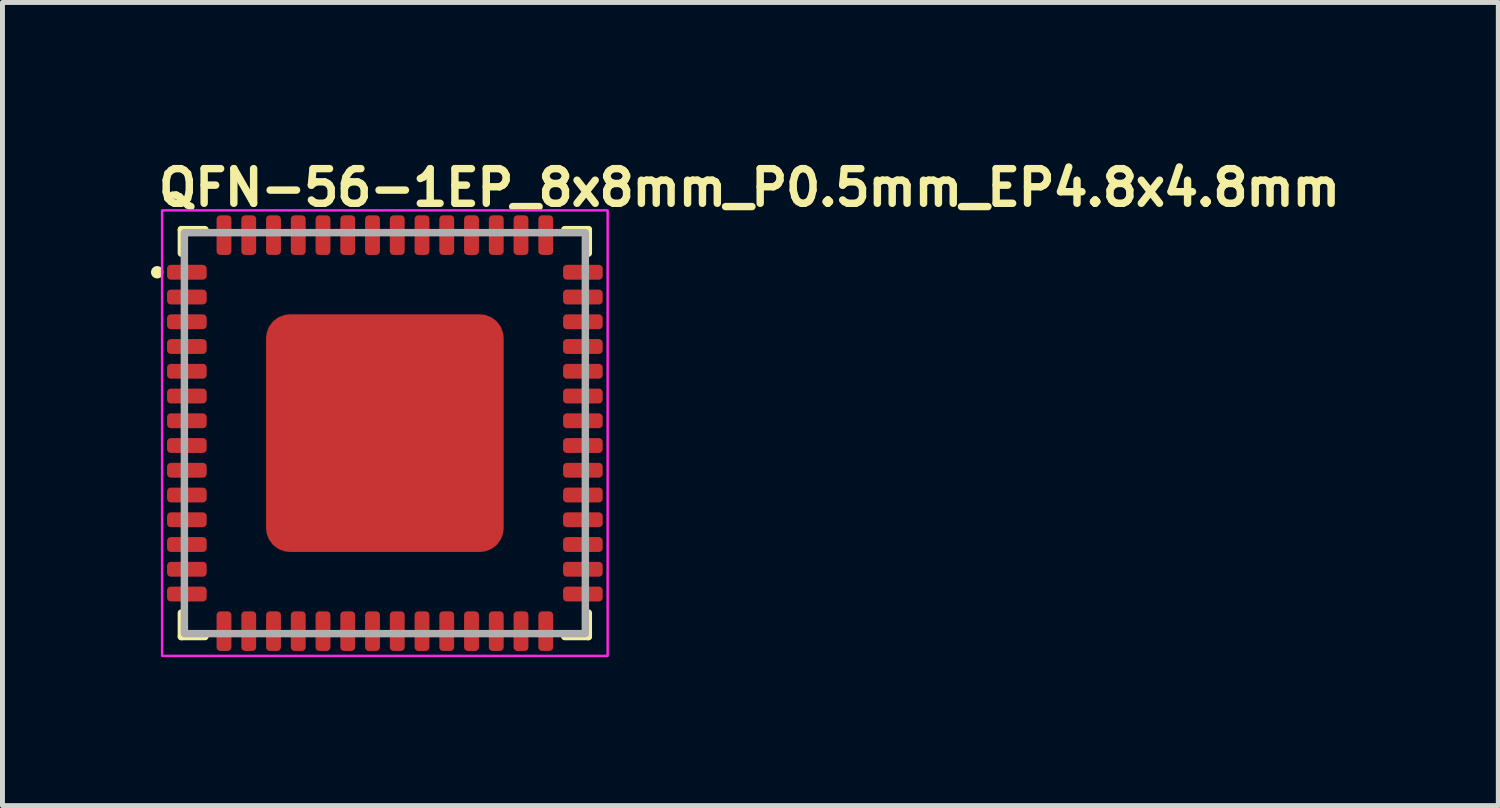
<source format=kicad_pcb>
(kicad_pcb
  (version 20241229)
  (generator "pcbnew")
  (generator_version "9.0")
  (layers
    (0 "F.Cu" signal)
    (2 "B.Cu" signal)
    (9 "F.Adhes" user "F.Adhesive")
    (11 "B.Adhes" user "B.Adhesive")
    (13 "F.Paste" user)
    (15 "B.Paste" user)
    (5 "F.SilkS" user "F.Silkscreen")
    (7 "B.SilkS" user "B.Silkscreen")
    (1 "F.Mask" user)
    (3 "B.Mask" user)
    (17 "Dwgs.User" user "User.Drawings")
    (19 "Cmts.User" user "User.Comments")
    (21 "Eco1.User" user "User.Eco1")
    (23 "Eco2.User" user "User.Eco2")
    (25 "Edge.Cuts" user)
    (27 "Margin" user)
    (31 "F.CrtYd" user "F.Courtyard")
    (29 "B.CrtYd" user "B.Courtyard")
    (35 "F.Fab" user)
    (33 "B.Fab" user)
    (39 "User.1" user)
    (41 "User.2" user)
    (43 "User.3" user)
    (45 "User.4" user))
  (footprint "QFN-56-1EP_8x8mm_P0.5mm_EP4.8x4.8mm"
    (layer "F.Cu")
    (at 4.725 5.7)
    (property "Reference" "QFN-56-1EP_8x8mm_P0.5mm_EP4.8x4.8mm" (at -4.65 -4.55 0) (layer "F.SilkS") (effects (font (size 0.7 0.7) (thickness 0.15)) (justify left bottom)))
    (attr smd)
    (fp_line (start -4.111 -3.635) (end -4.111 -4.111) (stroke (width 0.15) (type solid)) (layer "F.SilkS"))
    (fp_line (start -4.111 4.11) (end -4.111 3.634) (stroke (width 0.15) (type solid)) (layer "F.SilkS"))
    (fp_line (start -3.635 -4.111) (end -4.111 -4.111) (stroke (width 0.15) (type solid)) (layer "F.SilkS"))
    (fp_line (start -3.635 4.11) (end -4.111 4.11) (stroke (width 0.15) (type solid)) (layer "F.SilkS"))
    (fp_line (start 3.634 -4.111) (end 4.11 -4.111) (stroke (width 0.15) (type solid)) (layer "F.SilkS"))
    (fp_line (start 3.634 4.11) (end 4.11 4.11) (stroke (width 0.15) (type solid)) (layer "F.SilkS"))
    (fp_line (start 4.11 -4.111) (end 4.11 -3.635) (stroke (width 0.15) (type solid)) (layer "F.SilkS"))
    (fp_line (start 4.11 4.11) (end 4.11 3.634) (stroke (width 0.15) (type solid)) (layer "F.SilkS"))
    (fp_circle (center -4.6 -3.25) (end -4.55 -3.25) (stroke (width 0.15) (type solid)) (fill yes) (layer "F.SilkS"))
    (fp_rect (start 4.5 4.5) (end -4.5 -4.5) (stroke (width 0.05) (type solid)) (fill no) (layer "F.CrtYd"))
    (fp_rect (start -4.05 -4.05) (end 4.05 4.05) (stroke (width 0.15) (type solid)) (fill no) (layer "F.Fab"))
    (fp_rect (start -4.05 -4.05) (end 4.05 4.05) (stroke (width 0.1) (type solid)) (fill no) (layer "User.5"))
    (fp_line (start -4.05 -3.375) (end -4 -3.375) (stroke (width 0.01) (type solid)) (layer "User.9"))
    (fp_line (start -4.05 -3.125) (end -4.05 -3.375) (stroke (width 0.01) (type solid)) (layer "User.9"))
    (fp_line (start -4.05 -3.125) (end -4 -3.125) (stroke (width 0.01) (type solid)) (layer "User.9"))
    (fp_line (start -4.05 -2.875) (end -4 -2.875) (stroke (width 0.01) (type solid)) (layer "User.9"))
    (fp_line (start -4.05 -2.625) (end -4.05 -2.875) (stroke (width 0.01) (type solid)) (layer "User.9"))
    (fp_line (start -4.05 -2.625) (end -4 -2.625) (stroke (width 0.01) (type solid)) (layer "User.9"))
    (fp_line (start -4.05 -2.375) (end -4 -2.375) (stroke (width 0.01) (type solid)) (layer "User.9"))
    (fp_line (start -4.05 -2.125) (end -4.05 -2.375) (stroke (width 0.01) (type solid)) (layer "User.9"))
    (fp_line (start -4.05 -2.125) (end -4 -2.125) (stroke (width 0.01) (type solid)) (layer "User.9"))
    (fp_line (start -4.05 -1.875) (end -4 -1.875) (stroke (width 0.01) (type solid)) (layer "User.9"))
    (fp_line (start -4.05 -1.625) (end -4.05 -1.875) (stroke (width 0.01) (type solid)) (layer "User.9"))
    (fp_line (start -4.05 -1.625) (end -4 -1.625) (stroke (width 0.01) (type solid)) (layer "User.9"))
    (fp_line (start -4.05 -1.375) (end -4 -1.375) (stroke (width 0.01) (type solid)) (layer "User.9"))
    (fp_line (start -4.05 -1.125) (end -4.05 -1.375) (stroke (width 0.01) (type solid)) (layer "User.9"))
    (fp_line (start -4.05 -1.125) (end -4 -1.125) (stroke (width 0.01) (type solid)) (layer "User.9"))
    (fp_line (start -4.05 -0.875) (end -4 -0.875) (stroke (width 0.01) (type solid)) (layer "User.9"))
    (fp_line (start -4.05 -0.625) (end -4.05 -0.875) (stroke (width 0.01) (type solid)) (layer "User.9"))
    (fp_line (start -4.05 -0.625) (end -4 -0.625) (stroke (width 0.01) (type solid)) (layer "User.9"))
    (fp_line (start -4.05 -0.375) (end -4 -0.375) (stroke (width 0.01) (type solid)) (layer "User.9"))
    (fp_line (start -4.05 -0.125) (end -4.05 -0.375) (stroke (width 0.01) (type solid)) (layer "User.9"))
    (fp_line (start -4.05 -0.125) (end -4 -0.125) (stroke (width 0.01) (type solid)) (layer "User.9"))
    (fp_line (start -4.05 0.125) (end -4 0.125) (stroke (width 0.01) (type solid)) (layer "User.9"))
    (fp_line (start -4.05 0.375) (end -4.05 0.125) (stroke (width 0.01) (type solid)) (layer "User.9"))
    (fp_line (start -4.05 0.375) (end -4 0.375) (stroke (width 0.01) (type solid)) (layer "User.9"))
    (fp_line (start -4.05 0.625) (end -4 0.625) (stroke (width 0.01) (type solid)) (layer "User.9"))
    (fp_line (start -4.05 0.875) (end -4.05 0.625) (stroke (width 0.01) (type solid)) (layer "User.9"))
    (fp_line (start -4.05 0.875) (end -4 0.875) (stroke (width 0.01) (type solid)) (layer "User.9"))
    (fp_line (start -4.05 1.125) (end -4 1.125) (stroke (width 0.01) (type solid)) (layer "User.9"))
    (fp_line (start -4.05 1.375) (end -4.05 1.125) (stroke (width 0.01) (type solid)) (layer "User.9"))
    (fp_line (start -4.05 1.375) (end -4 1.375) (stroke (width 0.01) (type solid)) (layer "User.9"))
    (fp_line (start -4.05 1.625) (end -4 1.625) (stroke (width 0.01) (type solid)) (layer "User.9"))
    (fp_line (start -4.05 1.875) (end -4.05 1.625) (stroke (width 0.01) (type solid)) (layer "User.9"))
    (fp_line (start -4.05 1.875) (end -4 1.875) (stroke (width 0.01) (type solid)) (layer "User.9"))
    (fp_line (start -4.05 2.125) (end -4 2.125) (stroke (width 0.01) (type solid)) (layer "User.9"))
    (fp_line (start -4.05 2.375) (end -4.05 2.125) (stroke (width 0.01) (type solid)) (layer "User.9"))
    (fp_line (start -4.05 2.375) (end -4 2.375) (stroke (width 0.01) (type solid)) (layer "User.9"))
    (fp_line (start -4.05 2.625) (end -4 2.625) (stroke (width 0.01) (type solid)) (layer "User.9"))
    (fp_line (start -4.05 2.875) (end -4.05 2.625) (stroke (width 0.01) (type solid)) (layer "User.9"))
    (fp_line (start -4.05 2.875) (end -4 2.875) (stroke (width 0.01) (type solid)) (layer "User.9"))
    (fp_line (start -4.05 3.125) (end -4 3.125) (stroke (width 0.01) (type solid)) (layer "User.9"))
    (fp_line (start -4.05 3.375) (end -4.05 3.125) (stroke (width 0.01) (type solid)) (layer "User.9"))
    (fp_line (start -4.05 3.375) (end -4 3.375) (stroke (width 0.01) (type solid)) (layer "User.9"))
    (fp_line (start -4 -4) (end 4 -4) (stroke (width 0.01) (type solid)) (layer "User.9"))
    (fp_line (start -4 4) (end -4 -4) (stroke (width 0.01) (type solid)) (layer "User.9"))
    (fp_line (start -4 4) (end 4 4) (stroke (width 0.01) (type solid)) (layer "User.9"))
    (fp_line (start -3.375 -4.05) (end -3.375 -4) (stroke (width 0.01) (type solid)) (layer "User.9"))
    (fp_line (start -3.375 -4.05) (end -3.125 -4.05) (stroke (width 0.01) (type solid)) (layer "User.9"))
    (fp_line (start -3.375 4.05) (end -3.375 4) (stroke (width 0.01) (type solid)) (layer "User.9"))
    (fp_line (start -3.375 4.05) (end -3.125 4.05) (stroke (width 0.01) (type solid)) (layer "User.9"))
    (fp_line (start -3.125 -4.05) (end -3.125 -4) (stroke (width 0.01) (type solid)) (layer "User.9"))
    (fp_line (start -3.125 4.05) (end -3.125 4) (stroke (width 0.01) (type solid)) (layer "User.9"))
    (fp_line (start -2.875 -4.05) (end -2.875 -4) (stroke (width 0.01) (type solid)) (layer "User.9"))
    (fp_line (start -2.875 -4.05) (end -2.625 -4.05) (stroke (width 0.01) (type solid)) (layer "User.9"))
    (fp_line (start -2.875 4.05) (end -2.875 4) (stroke (width 0.01) (type solid)) (layer "User.9"))
    (fp_line (start -2.875 4.05) (end -2.625 4.05) (stroke (width 0.01) (type solid)) (layer "User.9"))
    (fp_line (start -2.625 -4.05) (end -2.625 -4) (stroke (width 0.01) (type solid)) (layer "User.9"))
    (fp_line (start -2.625 4.05) (end -2.625 4) (stroke (width 0.01) (type solid)) (layer "User.9"))
    (fp_line (start -2.375 -4.05) (end -2.375 -4) (stroke (width 0.01) (type solid)) (layer "User.9"))
    (fp_line (start -2.375 -4.05) (end -2.125 -4.05) (stroke (width 0.01) (type solid)) (layer "User.9"))
    (fp_line (start -2.375 4.05) (end -2.375 4) (stroke (width 0.01) (type solid)) (layer "User.9"))
    (fp_line (start -2.375 4.05) (end -2.125 4.05) (stroke (width 0.01) (type solid)) (layer "User.9"))
    (fp_line (start -2.125 -4.05) (end -2.125 -4) (stroke (width 0.01) (type solid)) (layer "User.9"))
    (fp_line (start -2.125 4.05) (end -2.125 4) (stroke (width 0.01) (type solid)) (layer "User.9"))
    (fp_line (start -1.875 -4.05) (end -1.875 -4) (stroke (width 0.01) (type solid)) (layer "User.9"))
    (fp_line (start -1.875 -4.05) (end -1.625 -4.05) (stroke (width 0.01) (type solid)) (layer "User.9"))
    (fp_line (start -1.875 4.05) (end -1.875 4) (stroke (width 0.01) (type solid)) (layer "User.9"))
    (fp_line (start -1.875 4.05) (end -1.625 4.05) (stroke (width 0.01) (type solid)) (layer "User.9"))
    (fp_line (start -1.625 -4.05) (end -1.625 -4) (stroke (width 0.01) (type solid)) (layer "User.9"))
    (fp_line (start -1.625 4.05) (end -1.625 4) (stroke (width 0.01) (type solid)) (layer "User.9"))
    (fp_line (start -1.375 -4.05) (end -1.375 -4) (stroke (width 0.01) (type solid)) (layer "User.9"))
    (fp_line (start -1.375 -4.05) (end -1.125 -4.05) (stroke (width 0.01) (type solid)) (layer "User.9"))
    (fp_line (start -1.375 4.05) (end -1.375 4) (stroke (width 0.01) (type solid)) (layer "User.9"))
    (fp_line (start -1.375 4.05) (end -1.125 4.05) (stroke (width 0.01) (type solid)) (layer "User.9"))
    (fp_line (start -1.125 -4.05) (end -1.125 -4) (stroke (width 0.01) (type solid)) (layer "User.9"))
    (fp_line (start -1.125 4.05) (end -1.125 4) (stroke (width 0.01) (type solid)) (layer "User.9"))
    (fp_line (start -0.875 -4.05) (end -0.875 -4) (stroke (width 0.01) (type solid)) (layer "User.9"))
    (fp_line (start -0.875 -4.05) (end -0.625 -4.05) (stroke (width 0.01) (type solid)) (layer "User.9"))
    (fp_line (start -0.875 4.05) (end -0.875 4) (stroke (width 0.01) (type solid)) (layer "User.9"))
    (fp_line (start -0.875 4.05) (end -0.625 4.05) (stroke (width 0.01) (type solid)) (layer "User.9"))
    (fp_line (start -0.625 -4.05) (end -0.625 -4) (stroke (width 0.01) (type solid)) (layer "User.9"))
    (fp_line (start -0.625 4.05) (end -0.625 4) (stroke (width 0.01) (type solid)) (layer "User.9"))
    (fp_line (start -0.375 -4.05) (end -0.375 -4) (stroke (width 0.01) (type solid)) (layer "User.9"))
    (fp_line (start -0.375 -4.05) (end -0.125 -4.05) (stroke (width 0.01) (type solid)) (layer "User.9"))
    (fp_line (start -0.375 4.05) (end -0.375 4) (stroke (width 0.01) (type solid)) (layer "User.9"))
    (fp_line (start -0.375 4.05) (end -0.125 4.05) (stroke (width 0.01) (type solid)) (layer "User.9"))
    (fp_line (start -0.125 -4.05) (end -0.125 -4) (stroke (width 0.01) (type solid)) (layer "User.9"))
    (fp_line (start -0.125 4.05) (end -0.125 4) (stroke (width 0.01) (type solid)) (layer "User.9"))
    (fp_line (start 0.125 -4.05) (end 0.125 -4) (stroke (width 0.01) (type solid)) (layer "User.9"))
    (fp_line (start 0.125 -4.05) (end 0.375 -4.05) (stroke (width 0.01) (type solid)) (layer "User.9"))
    (fp_line (start 0.125 4.05) (end 0.125 4) (stroke (width 0.01) (type solid)) (layer "User.9"))
    (fp_line (start 0.125 4.05) (end 0.375 4.05) (stroke (width 0.01) (type solid)) (layer "User.9"))
    (fp_line (start 0.375 -4.05) (end 0.375 -4) (stroke (width 0.01) (type solid)) (layer "User.9"))
    (fp_line (start 0.375 4.05) (end 0.375 4) (stroke (width 0.01) (type solid)) (layer "User.9"))
    (fp_line (start 0.625 -4.05) (end 0.625 -4) (stroke (width 0.01) (type solid)) (layer "User.9"))
    (fp_line (start 0.625 -4.05) (end 0.875 -4.05) (stroke (width 0.01) (type solid)) (layer "User.9"))
    (fp_line (start 0.625 4.05) (end 0.625 4) (stroke (width 0.01) (type solid)) (layer "User.9"))
    (fp_line (start 0.625 4.05) (end 0.875 4.05) (stroke (width 0.01) (type solid)) (layer "User.9"))
    (fp_line (start 0.875 -4.05) (end 0.875 -4) (stroke (width 0.01) (type solid)) (layer "User.9"))
    (fp_line (start 0.875 4.05) (end 0.875 4) (stroke (width 0.01) (type solid)) (layer "User.9"))
    (fp_line (start 1.125 -4.05) (end 1.125 -4) (stroke (width 0.01) (type solid)) (layer "User.9"))
    (fp_line (start 1.125 -4.05) (end 1.375 -4.05) (stroke (width 0.01) (type solid)) (layer "User.9"))
    (fp_line (start 1.125 4.05) (end 1.125 4) (stroke (width 0.01) (type solid)) (layer "User.9"))
    (fp_line (start 1.125 4.05) (end 1.375 4.05) (stroke (width 0.01) (type solid)) (layer "User.9"))
    (fp_line (start 1.375 -4.05) (end 1.375 -4) (stroke (width 0.01) (type solid)) (layer "User.9"))
    (fp_line (start 1.375 4.05) (end 1.375 4) (stroke (width 0.01) (type solid)) (layer "User.9"))
    (fp_line (start 1.625 -4.05) (end 1.625 -4) (stroke (width 0.01) (type solid)) (layer "User.9"))
    (fp_line (start 1.625 -4.05) (end 1.875 -4.05) (stroke (width 0.01) (type solid)) (layer "User.9"))
    (fp_line (start 1.625 4.05) (end 1.625 4) (stroke (width 0.01) (type solid)) (layer "User.9"))
    (fp_line (start 1.625 4.05) (end 1.875 4.05) (stroke (width 0.01) (type solid)) (layer "User.9"))
    (fp_line (start 1.875 -4.05) (end 1.875 -4) (stroke (width 0.01) (type solid)) (layer "User.9"))
    (fp_line (start 1.875 4.05) (end 1.875 4) (stroke (width 0.01) (type solid)) (layer "User.9"))
    (fp_line (start 2.125 -4.05) (end 2.125 -4) (stroke (width 0.01) (type solid)) (layer "User.9"))
    (fp_line (start 2.125 -4.05) (end 2.375 -4.05) (stroke (width 0.01) (type solid)) (layer "User.9"))
    (fp_line (start 2.125 4.05) (end 2.125 4) (stroke (width 0.01) (type solid)) (layer "User.9"))
    (fp_line (start 2.125 4.05) (end 2.375 4.05) (stroke (width 0.01) (type solid)) (layer "User.9"))
    (fp_line (start 2.375 -4.05) (end 2.375 -4) (stroke (width 0.01) (type solid)) (layer "User.9"))
    (fp_line (start 2.375 4.05) (end 2.375 4) (stroke (width 0.01) (type solid)) (layer "User.9"))
    (fp_line (start 2.625 -4.05) (end 2.625 -4) (stroke (width 0.01) (type solid)) (layer "User.9"))
    (fp_line (start 2.625 -4.05) (end 2.875 -4.05) (stroke (width 0.01) (type solid)) (layer "User.9"))
    (fp_line (start 2.625 4.05) (end 2.625 4) (stroke (width 0.01) (type solid)) (layer "User.9"))
    (fp_line (start 2.625 4.05) (end 2.875 4.05) (stroke (width 0.01) (type solid)) (layer "User.9"))
    (fp_line (start 2.875 -4.05) (end 2.875 -4) (stroke (width 0.01) (type solid)) (layer "User.9"))
    (fp_line (start 2.875 4.05) (end 2.875 4) (stroke (width 0.01) (type solid)) (layer "User.9"))
    (fp_line (start 3.125 -4.05) (end 3.125 -4) (stroke (width 0.01) (type solid)) (layer "User.9"))
    (fp_line (start 3.125 -4.05) (end 3.375 -4.05) (stroke (width 0.01) (type solid)) (layer "User.9"))
    (fp_line (start 3.125 4.05) (end 3.125 4) (stroke (width 0.01) (type solid)) (layer "User.9"))
    (fp_line (start 3.125 4.05) (end 3.375 4.05) (stroke (width 0.01) (type solid)) (layer "User.9"))
    (fp_line (start 3.375 -4.05) (end 3.375 -4) (stroke (width 0.01) (type solid)) (layer "User.9"))
    (fp_line (start 3.375 4.05) (end 3.375 4) (stroke (width 0.01) (type solid)) (layer "User.9"))
    (fp_line (start 4 4) (end 4 -4) (stroke (width 0.01) (type solid)) (layer "User.9"))
    (fp_line (start 4.05 -3.375) (end 4 -3.375) (stroke (width 0.01) (type solid)) (layer "User.9"))
    (fp_line (start 4.05 -3.125) (end 4 -3.125) (stroke (width 0.01) (type solid)) (layer "User.9"))
    (fp_line (start 4.05 -3.125) (end 4.05 -3.375) (stroke (width 0.01) (type solid)) (layer "User.9"))
    (fp_line (start 4.05 -2.875) (end 4 -2.875) (stroke (width 0.01) (type solid)) (layer "User.9"))
    (fp_line (start 4.05 -2.625) (end 4 -2.625) (stroke (width 0.01) (type solid)) (layer "User.9"))
    (fp_line (start 4.05 -2.625) (end 4.05 -2.875) (stroke (width 0.01) (type solid)) (layer "User.9"))
    (fp_line (start 4.05 -2.375) (end 4 -2.375) (stroke (width 0.01) (type solid)) (layer "User.9"))
    (fp_line (start 4.05 -2.125) (end 4 -2.125) (stroke (width 0.01) (type solid)) (layer "User.9"))
    (fp_line (start 4.05 -2.125) (end 4.05 -2.375) (stroke (width 0.01) (type solid)) (layer "User.9"))
    (fp_line (start 4.05 -1.875) (end 4 -1.875) (stroke (width 0.01) (type solid)) (layer "User.9"))
    (fp_line (start 4.05 -1.625) (end 4 -1.625) (stroke (width 0.01) (type solid)) (layer "User.9"))
    (fp_line (start 4.05 -1.625) (end 4.05 -1.875) (stroke (width 0.01) (type solid)) (layer "User.9"))
    (fp_line (start 4.05 -1.375) (end 4 -1.375) (stroke (width 0.01) (type solid)) (layer "User.9"))
    (fp_line (start 4.05 -1.125) (end 4 -1.125) (stroke (width 0.01) (type solid)) (layer "User.9"))
    (fp_line (start 4.05 -1.125) (end 4.05 -1.375) (stroke (width 0.01) (type solid)) (layer "User.9"))
    (fp_line (start 4.05 -0.875) (end 4 -0.875) (stroke (width 0.01) (type solid)) (layer "User.9"))
    (fp_line (start 4.05 -0.625) (end 4 -0.625) (stroke (width 0.01) (type solid)) (layer "User.9"))
    (fp_line (start 4.05 -0.625) (end 4.05 -0.875) (stroke (width 0.01) (type solid)) (layer "User.9"))
    (fp_line (start 4.05 -0.375) (end 4 -0.375) (stroke (width 0.01) (type solid)) (layer "User.9"))
    (fp_line (start 4.05 -0.125) (end 4 -0.125) (stroke (width 0.01) (type solid)) (layer "User.9"))
    (fp_line (start 4.05 -0.125) (end 4.05 -0.375) (stroke (width 0.01) (type solid)) (layer "User.9"))
    (fp_line (start 4.05 0.125) (end 4 0.125) (stroke (width 0.01) (type solid)) (layer "User.9"))
    (fp_line (start 4.05 0.375) (end 4 0.375) (stroke (width 0.01) (type solid)) (layer "User.9"))
    (fp_line (start 4.05 0.375) (end 4.05 0.125) (stroke (width 0.01) (type solid)) (layer "User.9"))
    (fp_line (start 4.05 0.625) (end 4 0.625) (stroke (width 0.01) (type solid)) (layer "User.9"))
    (fp_line (start 4.05 0.875) (end 4 0.875) (stroke (width 0.01) (type solid)) (layer "User.9"))
    (fp_line (start 4.05 0.875) (end 4.05 0.625) (stroke (width 0.01) (type solid)) (layer "User.9"))
    (fp_line (start 4.05 1.125) (end 4 1.125) (stroke (width 0.01) (type solid)) (layer "User.9"))
    (fp_line (start 4.05 1.375) (end 4 1.375) (stroke (width 0.01) (type solid)) (layer "User.9"))
    (fp_line (start 4.05 1.375) (end 4.05 1.125) (stroke (width 0.01) (type solid)) (layer "User.9"))
    (fp_line (start 4.05 1.625) (end 4 1.625) (stroke (width 0.01) (type solid)) (layer "User.9"))
    (fp_line (start 4.05 1.875) (end 4 1.875) (stroke (width 0.01) (type solid)) (layer "User.9"))
    (fp_line (start 4.05 1.875) (end 4.05 1.625) (stroke (width 0.01) (type solid)) (layer "User.9"))
    (fp_line (start 4.05 2.125) (end 4 2.125) (stroke (width 0.01) (type solid)) (layer "User.9"))
    (fp_line (start 4.05 2.375) (end 4 2.375) (stroke (width 0.01) (type solid)) (layer "User.9"))
    (fp_line (start 4.05 2.375) (end 4.05 2.125) (stroke (width 0.01) (type solid)) (layer "User.9"))
    (fp_line (start 4.05 2.625) (end 4 2.625) (stroke (width 0.01) (type solid)) (layer "User.9"))
    (fp_line (start 4.05 2.875) (end 4 2.875) (stroke (width 0.01) (type solid)) (layer "User.9"))
    (fp_line (start 4.05 2.875) (end 4.05 2.625) (stroke (width 0.01) (type solid)) (layer "User.9"))
    (fp_line (start 4.05 3.125) (end 4 3.125) (stroke (width 0.01) (type solid)) (layer "User.9"))
    (fp_line (start 4.05 3.375) (end 4 3.375) (stroke (width 0.01) (type solid)) (layer "User.9"))
    (fp_line (start 4.05 3.375) (end 4.05 3.125) (stroke (width 0.01) (type solid)) (layer "User.9"))
    (fp_circle (center -3.1 -3.1) (end -2.8 -3.1) (stroke (width 0.02) (type solid)) (fill no) (layer "User.9"))
    (pad "" smd roundrect (at -1.8 -1.8) (size 0.8 0.8) (layers "F.Paste") (roundrect_rratio 0.221))
    (pad "" smd roundrect (at -1.8 -0.6) (size 0.8 0.8) (layers "F.Paste") (roundrect_rratio 0.221))
    (pad "" smd roundrect (at -1.8 0.6) (size 0.8 0.8) (layers "F.Paste") (roundrect_rratio 0.221))
    (pad "" smd roundrect (at -1.8 1.8) (size 0.8 0.8) (layers "F.Paste") (roundrect_rratio 0.221))
    (pad "" smd roundrect (at -0.6 -1.8) (size 0.8 0.8) (layers "F.Paste") (roundrect_rratio 0.221))
    (pad "" smd roundrect (at -0.6 -0.6) (size 0.8 0.8) (layers "F.Paste") (roundrect_rratio 0.221))
    (pad "" smd roundrect (at -0.6 0.6) (size 0.8 0.8) (layers "F.Paste") (roundrect_rratio 0.221))
    (pad "" smd roundrect (at -0.6 1.8) (size 0.8 0.8) (layers "F.Paste") (roundrect_rratio 0.221))
    (pad "" smd roundrect (at 0.6 -1.8) (size 0.8 0.8) (layers "F.Paste") (roundrect_rratio 0.221))
    (pad "" smd roundrect (at 0.6 -0.6) (size 0.8 0.8) (layers "F.Paste") (roundrect_rratio 0.221))
    (pad "" smd roundrect (at 0.6 0.6) (size 0.8 0.8) (layers "F.Paste") (roundrect_rratio 0.221))
    (pad "" smd roundrect (at 0.6 1.8) (size 0.8 0.8) (layers "F.Paste") (roundrect_rratio 0.221))
    (pad "" smd roundrect (at 1.8 -1.8) (size 0.8 0.8) (layers "F.Paste") (roundrect_rratio 0.221))
    (pad "" smd roundrect (at 1.8 -0.6) (size 0.8 0.8) (layers "F.Paste") (roundrect_rratio 0.221))
    (pad "" smd roundrect (at 1.8 0.6) (size 0.8 0.8) (layers "F.Paste") (roundrect_rratio 0.221))
    (pad "" smd roundrect (at 1.8 1.8) (size 0.8 0.8) (layers "F.Paste") (roundrect_rratio 0.221))
    (pad "1" smd roundrect (at -4 -3.25) (size 0.8 0.3) (layers "F.Cu" "F.Mask" "F.Paste") (roundrect_rratio 0.25))
    (pad "2" smd roundrect (at -4 -2.75) (size 0.8 0.3) (layers "F.Cu" "F.Mask" "F.Paste") (roundrect_rratio 0.25))
    (pad "3" smd roundrect (at -4 -2.25) (size 0.8 0.3) (layers "F.Cu" "F.Mask" "F.Paste") (roundrect_rratio 0.25))
    (pad "4" smd roundrect (at -4 -1.75) (size 0.8 0.3) (layers "F.Cu" "F.Mask" "F.Paste") (roundrect_rratio 0.25))
    (pad "5" smd roundrect (at -4 -1.25) (size 0.8 0.3) (layers "F.Cu" "F.Mask" "F.Paste") (roundrect_rratio 0.25))
    (pad "6" smd roundrect (at -4 -0.75) (size 0.8 0.3) (layers "F.Cu" "F.Mask" "F.Paste") (roundrect_rratio 0.25))
    (pad "7" smd roundrect (at -4 -0.25) (size 0.8 0.3) (layers "F.Cu" "F.Mask" "F.Paste") (roundrect_rratio 0.25))
    (pad "8" smd roundrect (at -4 0.25) (size 0.8 0.3) (layers "F.Cu" "F.Mask" "F.Paste") (roundrect_rratio 0.25))
    (pad "9" smd roundrect (at -4 0.75) (size 0.8 0.3) (layers "F.Cu" "F.Mask" "F.Paste") (roundrect_rratio 0.25))
    (pad "10" smd roundrect (at -4 1.25) (size 0.8 0.3) (layers "F.Cu" "F.Mask" "F.Paste") (roundrect_rratio 0.25))
    (pad "11" smd roundrect (at -4 1.75) (size 0.8 0.3) (layers "F.Cu" "F.Mask" "F.Paste") (roundrect_rratio 0.25))
    (pad "12" smd roundrect (at -4 2.25) (size 0.8 0.3) (layers "F.Cu" "F.Mask" "F.Paste") (roundrect_rratio 0.25))
    (pad "13" smd roundrect (at -4 2.75) (size 0.8 0.3) (layers "F.Cu" "F.Mask" "F.Paste") (roundrect_rratio 0.25))
    (pad "14" smd roundrect (at -4 3.25) (size 0.8 0.3) (layers "F.Cu" "F.Mask" "F.Paste") (roundrect_rratio 0.25))
    (pad "15" smd roundrect (at -3.25 4 90) (size 0.8 0.3) (layers "F.Cu" "F.Mask" "F.Paste") (roundrect_rratio 0.25))
    (pad "16" smd roundrect (at -2.75 4 90) (size 0.8 0.3) (layers "F.Cu" "F.Mask" "F.Paste") (roundrect_rratio 0.25))
    (pad "17" smd roundrect (at -2.25 4 90) (size 0.8 0.3) (layers "F.Cu" "F.Mask" "F.Paste") (roundrect_rratio 0.25))
    (pad "18" smd roundrect (at -1.75 4 90) (size 0.8 0.3) (layers "F.Cu" "F.Mask" "F.Paste") (roundrect_rratio 0.25))
    (pad "19" smd roundrect (at -1.25 4 90) (size 0.8 0.3) (layers "F.Cu" "F.Mask" "F.Paste") (roundrect_rratio 0.25))
    (pad "20" smd roundrect (at -0.75 4 90) (size 0.8 0.3) (layers "F.Cu" "F.Mask" "F.Paste") (roundrect_rratio 0.25))
    (pad "21" smd roundrect (at -0.25 4 90) (size 0.8 0.3) (layers "F.Cu" "F.Mask" "F.Paste") (roundrect_rratio 0.25))
    (pad "22" smd roundrect (at 0.25 4 90) (size 0.8 0.3) (layers "F.Cu" "F.Mask" "F.Paste") (roundrect_rratio 0.25))
    (pad "23" smd roundrect (at 0.75 4 90) (size 0.8 0.3) (layers "F.Cu" "F.Mask" "F.Paste") (roundrect_rratio 0.25))
    (pad "24" smd roundrect (at 1.25 4 90) (size 0.8 0.3) (layers "F.Cu" "F.Mask" "F.Paste") (roundrect_rratio 0.25))
    (pad "25" smd roundrect (at 1.75 4 90) (size 0.8 0.3) (layers "F.Cu" "F.Mask" "F.Paste") (roundrect_rratio 0.25))
    (pad "26" smd roundrect (at 2.25 4 90) (size 0.8 0.3) (layers "F.Cu" "F.Mask" "F.Paste") (roundrect_rratio 0.25))
    (pad "27" smd roundrect (at 2.75 4 90) (size 0.8 0.3) (layers "F.Cu" "F.Mask" "F.Paste") (roundrect_rratio 0.25))
    (pad "28" smd roundrect (at 3.25 4 90) (size 0.8 0.3) (layers "F.Cu" "F.Mask" "F.Paste") (roundrect_rratio 0.25))
    (pad "29" smd roundrect (at 4 3.25) (size 0.8 0.3) (layers "F.Cu" "F.Mask" "F.Paste") (roundrect_rratio 0.25))
    (pad "30" smd roundrect (at 4 2.75) (size 0.8 0.3) (layers "F.Cu" "F.Mask" "F.Paste") (roundrect_rratio 0.25))
    (pad "31" smd roundrect (at 4 2.25) (size 0.8 0.3) (layers "F.Cu" "F.Mask" "F.Paste") (roundrect_rratio 0.25))
    (pad "32" smd roundrect (at 4 1.75) (size 0.8 0.3) (layers "F.Cu" "F.Mask" "F.Paste") (roundrect_rratio 0.25))
    (pad "33" smd roundrect (at 4 1.25) (size 0.8 0.3) (layers "F.Cu" "F.Mask" "F.Paste") (roundrect_rratio 0.25))
    (pad "34" smd roundrect (at 4 0.75) (size 0.8 0.3) (layers "F.Cu" "F.Mask" "F.Paste") (roundrect_rratio 0.25))
    (pad "35" smd roundrect (at 4 0.25) (size 0.8 0.3) (layers "F.Cu" "F.Mask" "F.Paste") (roundrect_rratio 0.25))
    (pad "36" smd roundrect (at 4 -0.25) (size 0.8 0.3) (layers "F.Cu" "F.Mask" "F.Paste") (roundrect_rratio 0.25))
    (pad "37" smd roundrect (at 4 -0.75) (size 0.8 0.3) (layers "F.Cu" "F.Mask" "F.Paste") (roundrect_rratio 0.25))
    (pad "38" smd roundrect (at 4 -1.25) (size 0.8 0.3) (layers "F.Cu" "F.Mask" "F.Paste") (roundrect_rratio 0.25))
    (pad "39" smd roundrect (at 4 -1.75) (size 0.8 0.3) (layers "F.Cu" "F.Mask" "F.Paste") (roundrect_rratio 0.25))
    (pad "40" smd roundrect (at 4 -2.25) (size 0.8 0.3) (layers "F.Cu" "F.Mask" "F.Paste") (roundrect_rratio 0.25))
    (pad "41" smd roundrect (at 4 -2.75) (size 0.8 0.3) (layers "F.Cu" "F.Mask" "F.Paste") (roundrect_rratio 0.25))
    (pad "42" smd roundrect (at 4 -3.25) (size 0.8 0.3) (layers "F.Cu" "F.Mask" "F.Paste") (roundrect_rratio 0.25))
    (pad "43" smd roundrect (at 3.25 -4 90) (size 0.8 0.3) (layers "F.Cu" "F.Mask" "F.Paste") (roundrect_rratio 0.25))
    (pad "44" smd roundrect (at 2.75 -4 90) (size 0.8 0.3) (layers "F.Cu" "F.Mask" "F.Paste") (roundrect_rratio 0.25))
    (pad "45" smd roundrect (at 2.25 -4 90) (size 0.8 0.3) (layers "F.Cu" "F.Mask" "F.Paste") (roundrect_rratio 0.25))
    (pad "46" smd roundrect (at 1.75 -4 90) (size 0.8 0.3) (layers "F.Cu" "F.Mask" "F.Paste") (roundrect_rratio 0.25))
    (pad "47" smd roundrect (at 1.25 -4 90) (size 0.8 0.3) (layers "F.Cu" "F.Mask" "F.Paste") (roundrect_rratio 0.25))
    (pad "48" smd roundrect (at 0.75 -4 90) (size 0.8 0.3) (layers "F.Cu" "F.Mask" "F.Paste") (roundrect_rratio 0.25))
    (pad "49" smd roundrect (at 0.25 -4 90) (size 0.8 0.3) (layers "F.Cu" "F.Mask" "F.Paste") (roundrect_rratio 0.25))
    (pad "50" smd roundrect (at -0.25 -4 90) (size 0.8 0.3) (layers "F.Cu" "F.Mask" "F.Paste") (roundrect_rratio 0.25))
    (pad "51" smd roundrect (at -0.75 -4 90) (size 0.8 0.3) (layers "F.Cu" "F.Mask" "F.Paste") (roundrect_rratio 0.25))
    (pad "52" smd roundrect (at -1.25 -4 90) (size 0.8 0.3) (layers "F.Cu" "F.Mask" "F.Paste") (roundrect_rratio 0.25))
    (pad "53" smd roundrect (at -1.75 -4 90) (size 0.8 0.3) (layers "F.Cu" "F.Mask" "F.Paste") (roundrect_rratio 0.25))
    (pad "54" smd roundrect (at -2.25 -4 90) (size 0.8 0.3) (layers "F.Cu" "F.Mask" "F.Paste") (roundrect_rratio 0.25))
    (pad "55" smd roundrect (at -2.75 -4 90) (size 0.8 0.3) (layers "F.Cu" "F.Mask" "F.Paste") (roundrect_rratio 0.25))
    (pad "56" smd roundrect (at -3.25 -4 90) (size 0.8 0.3) (layers "F.Cu" "F.Mask" "F.Paste") (roundrect_rratio 0.25))
    (pad "57" smd roundrect (at 0 0) (size 4.8 4.8) (layers "F.Cu" "F.Mask") (roundrect_rratio 0.1)))
  (gr_rect
    (start -3 -3)
    (end 27.218 13.225)
    (stroke (width 0.1) (type default))
    (fill no)
    (layer "Edge.Cuts")))
</source>
